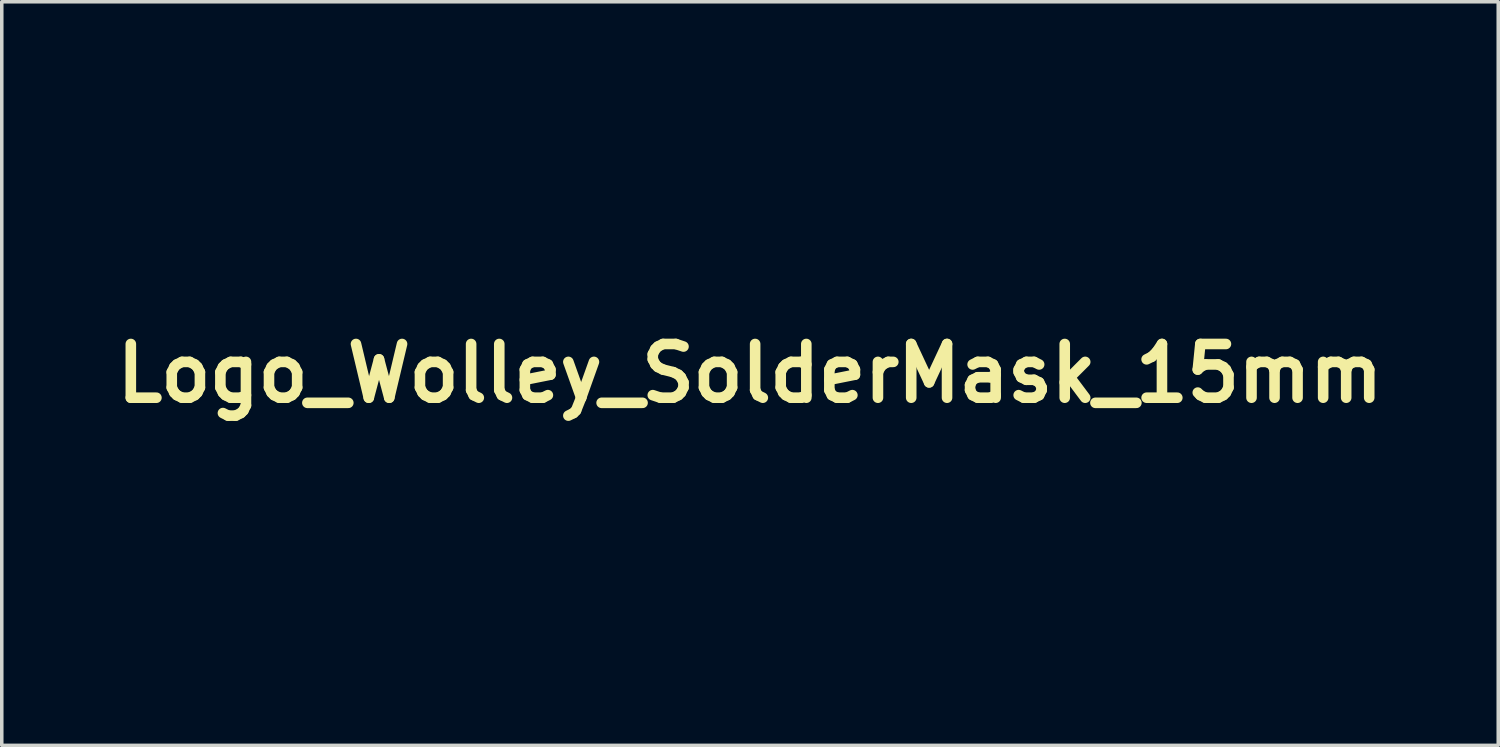
<source format=kicad_pcb>
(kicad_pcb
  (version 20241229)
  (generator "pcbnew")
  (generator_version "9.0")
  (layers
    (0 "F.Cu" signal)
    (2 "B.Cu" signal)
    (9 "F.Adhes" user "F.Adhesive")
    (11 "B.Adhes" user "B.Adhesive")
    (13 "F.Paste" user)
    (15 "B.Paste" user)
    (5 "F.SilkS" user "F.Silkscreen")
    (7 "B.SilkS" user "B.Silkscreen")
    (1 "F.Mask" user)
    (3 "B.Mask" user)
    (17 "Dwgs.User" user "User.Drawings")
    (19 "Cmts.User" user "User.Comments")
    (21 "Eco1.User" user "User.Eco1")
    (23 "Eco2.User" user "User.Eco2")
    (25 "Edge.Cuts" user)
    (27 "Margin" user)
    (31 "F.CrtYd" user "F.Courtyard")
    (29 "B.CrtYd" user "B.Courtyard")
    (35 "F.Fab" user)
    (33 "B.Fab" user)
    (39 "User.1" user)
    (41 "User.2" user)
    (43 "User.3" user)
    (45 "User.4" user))
  (footprint "Logo_Wolley_SolderMask_15mm"
    (layer "F.Cu")
    (at 18.223 7.541)
    (property "Reference" "Logo_Wolley_SolderMask_15mm" (at 0 0 0) (layer "F.SilkS") (effects (font (size 1.524 1.524) (thickness 0.3))))
    (attr through_hole)
    (fp_poly (pts (xy -14.376 -7.536) (xy -14.236 -7.531) (xy -14.104 -7.519) (xy -13.978 -7.499) (xy -13.853 -7.469) (xy -13.799 -7.453) (xy -13.671 -7.409) (xy -13.549 -7.356) (xy -13.434 -7.296) (xy -13.329 -7.228) (xy -13.233 -7.154) (xy -13.148 -7.074) (xy -13.076 -6.99) (xy -13.048 -6.951) (xy -13.026 -6.916) (xy -13.001 -6.871) (xy -12.976 -6.82) (xy -12.952 -6.768) (xy -12.931 -6.718) (xy -12.914 -6.674) (xy -12.907 -6.653) (xy -12.893 -6.596) (xy -12.884 -6.534) (xy -12.878 -6.465) (xy -12.875 -6.387) (xy -12.877 -6.298) (xy -12.877 -6.292) (xy -12.884 -6.129) (xy -12.894 -5.977) (xy -12.908 -5.834) (xy -12.925 -5.698) (xy -12.947 -5.564) (xy -12.974 -5.432) (xy -13.006 -5.297) (xy -13.044 -5.158) (xy -13.089 -5.011) (xy -13.124 -4.902) (xy -13.149 -4.829) (xy -13.175 -4.754) (xy -13.202 -4.677) (xy -13.231 -4.597) (xy -13.262 -4.514) (xy -13.295 -4.428) (xy -13.33 -4.337) (xy -13.368 -4.242) (xy -13.408 -4.143) (xy -13.451 -4.038) (xy -13.496 -3.927) (xy -13.545 -3.81) (xy -13.598 -3.687) (xy -13.653 -3.557) (xy -13.713 -3.419) (xy -13.776 -3.273) (xy -13.844 -3.12) (xy -13.915 -2.957) (xy -13.992 -2.785) (xy -14.072 -2.604) (xy -14.158 -2.412) (xy -14.248 -2.211) (xy -14.344 -1.998) (xy -14.445 -1.774) (xy -14.552 -1.538) (xy -14.664 -1.29) (xy -14.783 -1.029) (xy -14.808 -0.972) (xy -14.854 -0.872) (xy -14.901 -0.768) (xy -14.949 -0.663) (xy -14.997 -0.557) (xy -15.044 -0.453) (xy -15.089 -0.353) (xy -15.132 -0.258) (xy -15.172 -0.169) (xy -15.208 -0.09) (xy -15.239 -0.02) (xy -15.254 0.015) (xy -15.37 0.273) (xy -15.479 0.52) (xy -15.582 0.754) (xy -15.679 0.977) (xy -15.771 1.188) (xy -15.856 1.389) (xy -15.936 1.579) (xy -16.011 1.76) (xy -16.08 1.931) (xy -16.144 2.094) (xy -16.204 2.247) (xy -16.259 2.393) (xy -16.309 2.531) (xy -16.355 2.662) (xy -16.397 2.787) (xy -16.435 2.905) (xy -16.469 3.017) (xy -16.499 3.124) (xy -16.526 3.226) (xy -16.55 3.324) (xy -16.57 3.417) (xy -16.588 3.507) (xy -16.593 3.534) (xy -16.609 3.636) (xy -16.622 3.74) (xy -16.633 3.843) (xy -16.641 3.943) (xy -16.646 4.036) (xy -16.647 4.12) (xy -16.646 4.152) (xy -16.645 4.192) (xy -16.643 4.222) (xy -16.64 4.244) (xy -16.636 4.262) (xy -16.629 4.279) (xy -16.62 4.299) (xy -16.598 4.334) (xy -16.569 4.37) (xy -16.535 4.404) (xy -16.499 4.433) (xy -16.463 4.457) (xy -16.43 4.472) (xy -16.403 4.478) (xy -16.374 4.474) (xy -16.334 4.462) (xy -16.285 4.444) (xy -16.229 4.419) (xy -16.167 4.389) (xy -16.101 4.355) (xy -16.032 4.317) (xy -15.962 4.276) (xy -15.893 4.232) (xy -15.854 4.207) (xy -15.735 4.123) (xy -15.609 4.028) (xy -15.478 3.921) (xy -15.341 3.803) (xy -15.199 3.675) (xy -15.053 3.537) (xy -14.904 3.389) (xy -14.752 3.233) (xy -14.597 3.069) (xy -14.441 2.897) (xy -14.419 2.873) (xy -14.177 2.595) (xy -13.934 2.305) (xy -13.69 2.003) (xy -13.448 1.69) (xy -13.207 1.37) (xy -12.97 1.042) (xy -12.737 0.708) (xy -12.508 0.37) (xy -12.286 0.03) (xy -12.071 -0.312) (xy -11.864 -0.654) (xy -11.688 -0.958) (xy -11.563 -1.18) (xy -11.445 -1.395) (xy -11.334 -1.605) (xy -11.227 -1.816) (xy -11.122 -2.029) (xy -11.018 -2.25) (xy -10.94 -2.42) (xy -10.91 -2.484) (xy -10.878 -2.554) (xy -10.843 -2.626) (xy -10.808 -2.7) (xy -10.772 -2.772) (xy -10.737 -2.843) (xy -10.703 -2.909) (xy -10.672 -2.968) (xy -10.645 -3.02) (xy -10.623 -3.061) (xy -10.611 -3.082) (xy -10.589 -3.117) (xy -10.566 -3.148) (xy -10.546 -3.172) (xy -10.536 -3.182) (xy -10.482 -3.219) (xy -10.42 -3.245) (xy -10.351 -3.26) (xy -10.277 -3.265) (xy -10.198 -3.26) (xy -10.115 -3.245) (xy -10.03 -3.222) (xy -9.942 -3.19) (xy -9.854 -3.149) (xy -9.766 -3.102) (xy -9.679 -3.047) (xy -9.594 -2.985) (xy -9.512 -2.917) (xy -9.434 -2.844) (xy -9.36 -2.765) (xy -9.293 -2.681) (xy -9.232 -2.593) (xy -9.204 -2.546) (xy -9.156 -2.451) (xy -9.118 -2.352) (xy -9.089 -2.245) (xy -9.07 -2.141) (xy -9.067 -2.108) (xy -9.064 -2.063) (xy -9.062 -2.009) (xy -9.061 -1.948) (xy -9.061 -1.883) (xy -9.061 -1.817) (xy -9.062 -1.751) (xy -9.063 -1.688) (xy -9.066 -1.632) (xy -9.069 -1.584) (xy -9.07 -1.568) (xy -9.079 -1.482) (xy -9.088 -1.396) (xy -9.099 -1.308) (xy -9.112 -1.218) (xy -9.125 -1.125) (xy -9.141 -1.026) (xy -9.158 -0.921) (xy -9.178 -0.809) (xy -9.2 -0.688) (xy -9.224 -0.557) (xy -9.252 -0.416) (xy -9.282 -0.262) (xy -9.304 -0.152) (xy -9.35 0.079) (xy -9.392 0.298) (xy -9.432 0.503) (xy -9.468 0.697) (xy -9.5 0.879) (xy -9.53 1.05) (xy -9.557 1.211) (xy -9.581 1.362) (xy -9.602 1.504) (xy -9.621 1.638) (xy -9.636 1.765) (xy -9.65 1.884) (xy -9.661 1.998) (xy -9.67 2.105) (xy -9.676 2.207) (xy -9.68 2.305) (xy -9.683 2.4) (xy -9.683 2.464) (xy -9.682 2.584) (xy -9.677 2.692) (xy -9.668 2.79) (xy -9.655 2.878) (xy -9.638 2.958) (xy -9.616 3.033) (xy -9.59 3.103) (xy -9.562 3.162) (xy -9.525 3.228) (xy -9.483 3.287) (xy -9.437 3.339) (xy -9.389 3.382) (xy -9.342 3.412) (xy -9.338 3.414) (xy -9.271 3.439) (xy -9.198 3.45) (xy -9.12 3.45) (xy -9.035 3.437) (xy -8.946 3.411) (xy -8.852 3.374) (xy -8.753 3.326) (xy -8.65 3.265) (xy -8.542 3.194) (xy -8.431 3.111) (xy -8.317 3.018) (xy -8.199 2.914) (xy -8.079 2.8) (xy -7.956 2.676) (xy -7.831 2.542) (xy -7.703 2.399) (xy -7.574 2.245) (xy -7.444 2.083) (xy -7.312 1.912) (xy -7.18 1.732) (xy -7.169 1.716) (xy -6.965 1.423) (xy -6.767 1.116) (xy -6.574 0.799) (xy -6.387 0.471) (xy -6.208 0.136) (xy -6.037 -0.208) (xy -5.874 -0.557) (xy -5.72 -0.911) (xy -5.576 -1.268) (xy -5.519 -1.418) (xy -5.38 -1.811) (xy -5.254 -2.206) (xy -5.143 -2.602) (xy -5.045 -3.001) (xy -4.961 -3.403) (xy -4.891 -3.809) (xy -4.834 -4.22) (xy -4.791 -4.635) (xy -4.761 -5.044) (xy -4.754 -5.186) (xy -4.748 -5.341) (xy -4.744 -5.505) (xy -4.741 -5.676) (xy -4.739 -5.85) (xy -4.739 -5.918) (xy -4.738 -6.039) (xy -4.737 -6.145) (xy -4.735 -6.239) (xy -4.733 -6.321) (xy -4.729 -6.392) (xy -4.725 -6.452) (xy -4.719 -6.504) (xy -4.712 -6.546) (xy -4.704 -6.581) (xy -4.696 -6.609) (xy -4.688 -6.626) (xy -4.664 -6.66) (xy -4.629 -6.691) (xy -4.585 -6.719) (xy -4.537 -6.742) (xy -4.487 -6.756) (xy -4.486 -6.756) (xy -4.412 -6.764) (xy -4.33 -6.762) (xy -4.242 -6.75) (xy -4.148 -6.729) (xy -4.05 -6.7) (xy -3.95 -6.663) (xy -3.85 -6.619) (xy -3.75 -6.568) (xy -3.653 -6.512) (xy -3.56 -6.449) (xy -3.472 -6.382) (xy -3.458 -6.37) (xy -3.383 -6.301) (xy -3.316 -6.228) (xy -3.26 -6.153) (xy -3.214 -6.078) (xy -3.192 -6.031) (xy -3.179 -5.997) (xy -3.168 -5.962) (xy -3.159 -5.924) (xy -3.15 -5.881) (xy -3.144 -5.832) (xy -3.138 -5.777) (xy -3.133 -5.713) (xy -3.13 -5.639) (xy -3.127 -5.555) (xy -3.124 -5.458) (xy -3.123 -5.396) (xy -3.122 -5.143) (xy -3.125 -4.902) (xy -3.133 -4.671) (xy -3.147 -4.449) (xy -3.166 -4.233) (xy -3.191 -4.023) (xy -3.222 -3.816) (xy -3.258 -3.61) (xy -3.301 -3.405) (xy -3.339 -3.244) (xy -3.401 -3.007) (xy -3.474 -2.76) (xy -3.556 -2.505) (xy -3.648 -2.244) (xy -3.748 -1.978) (xy -3.857 -1.707) (xy -3.973 -1.433) (xy -4.097 -1.157) (xy -4.228 -0.88) (xy -4.365 -0.602) (xy -4.508 -0.326) (xy -4.636 -0.091) (xy -4.806 0.211) (xy -4.982 0.507) (xy -5.163 0.799) (xy -5.348 1.085) (xy -5.537 1.364) (xy -5.729 1.637) (xy -5.924 1.901) (xy -6.122 2.158) (xy -6.321 2.406) (xy -6.522 2.644) (xy -6.724 2.873) (xy -6.926 3.091) (xy -7.128 3.297) (xy -7.33 3.492) (xy -7.531 3.675) (xy -7.73 3.844) (xy -7.927 4) (xy -7.954 4.02) (xy -8.103 4.128) (xy -8.246 4.225) (xy -8.386 4.314) (xy -8.527 4.394) (xy -8.67 4.469) (xy -8.818 4.539) (xy -8.842 4.55) (xy -8.94 4.592) (xy -9.029 4.626) (xy -9.113 4.653) (xy -9.195 4.673) (xy -9.278 4.687) (xy -9.365 4.696) (xy -9.46 4.701) (xy -9.549 4.703) (xy -9.689 4.7) (xy -9.818 4.691) (xy -9.94 4.676) (xy -10.058 4.654) (xy -10.127 4.637) (xy -10.273 4.594) (xy -10.41 4.541) (xy -10.538 4.476) (xy -10.656 4.401) (xy -10.766 4.314) (xy -10.867 4.216) (xy -10.96 4.107) (xy -11.045 3.986) (xy -11.121 3.853) (xy -11.19 3.708) (xy -11.251 3.55) (xy -11.255 3.539) (xy -11.286 3.441) (xy -11.316 3.328) (xy -11.344 3.204) (xy -11.371 3.07) (xy -11.395 2.925) (xy -11.418 2.773) (xy -11.439 2.613) (xy -11.457 2.448) (xy -11.472 2.279) (xy -11.485 2.106) (xy -11.494 1.932) (xy -11.496 1.901) (xy -11.5 1.767) (xy -11.5 1.644) (xy -11.496 1.529) (xy -11.488 1.42) (xy -11.484 1.381) (xy -11.478 1.324) (xy -11.474 1.268) (xy -11.471 1.216) (xy -11.469 1.17) (xy -11.468 1.132) (xy -11.469 1.105) (xy -11.471 1.09) (xy -11.475 1.081) (xy -11.48 1.079) (xy -11.488 1.085) (xy -11.502 1.099) (xy -11.513 1.111) (xy -11.534 1.136) (xy -11.563 1.172) (xy -11.599 1.218) (xy -11.641 1.274) (xy -11.689 1.338) (xy -11.743 1.411) (xy -11.801 1.491) (xy -11.864 1.576) (xy -11.902 1.629) (xy -12.073 1.864) (xy -12.246 2.093) (xy -12.421 2.317) (xy -12.601 2.539) (xy -12.786 2.76) (xy -12.978 2.983) (xy -13.179 3.209) (xy -13.389 3.439) (xy -13.501 3.559) (xy -13.573 3.635) (xy -13.653 3.717) (xy -13.739 3.806) (xy -13.831 3.898) (xy -13.926 3.993) (xy -14.023 4.089) (xy -14.121 4.184) (xy -14.217 4.277) (xy -14.31 4.367) (xy -14.399 4.451) (xy -14.482 4.528) (xy -14.558 4.598) (xy -14.59 4.627) (xy -14.78 4.792) (xy -14.966 4.946) (xy -15.149 5.089) (xy -15.327 5.219) (xy -15.501 5.338) (xy -15.67 5.444) (xy -15.834 5.537) (xy -15.929 5.587) (xy -16.084 5.66) (xy -16.233 5.722) (xy -16.377 5.771) (xy -16.518 5.809) (xy -16.657 5.837) (xy -16.795 5.854) (xy -16.833 5.856) (xy -16.872 5.859) (xy -16.907 5.861) (xy -16.935 5.862) (xy -16.953 5.863) (xy -16.956 5.863) (xy -16.969 5.862) (xy -16.993 5.86) (xy -17.024 5.858) (xy -17.051 5.856) (xy -17.177 5.842) (xy -17.297 5.818) (xy -17.41 5.785) (xy -17.513 5.742) (xy -17.541 5.728) (xy -17.626 5.677) (xy -17.705 5.616) (xy -17.779 5.544) (xy -17.848 5.46) (xy -17.913 5.364) (xy -17.974 5.255) (xy -18.02 5.16) (xy -18.044 5.104) (xy -18.066 5.05) (xy -18.084 4.998) (xy -18.1 4.947) (xy -18.112 4.894) (xy -18.122 4.837) (xy -18.13 4.777) (xy -18.136 4.71) (xy -18.139 4.636) (xy -18.141 4.552) (xy -18.142 4.458) (xy -18.141 4.352) (xy -18.14 4.293) (xy -18.137 4.136) (xy -18.131 3.992) (xy -18.124 3.855) (xy -18.113 3.724) (xy -18.099 3.595) (xy -18.082 3.466) (xy -18.062 3.333) (xy -18.038 3.193) (xy -18.037 3.19) (xy -18.017 3.085) (xy -17.996 2.98) (xy -17.973 2.872) (xy -17.948 2.762) (xy -17.921 2.648) (xy -17.892 2.531) (xy -17.86 2.41) (xy -17.826 2.284) (xy -17.789 2.153) (xy -17.749 2.017) (xy -17.706 1.874) (xy -17.66 1.724) (xy -17.61 1.568) (xy -17.557 1.403) (xy -17.501 1.231) (xy -17.44 1.049) (xy -17.376 0.858) (xy -17.307 0.658) (xy -17.234 0.447) (xy -17.156 0.226) (xy -17.074 -0.007) (xy -16.987 -0.252) (xy -16.895 -0.509) (xy -16.798 -0.779) (xy -16.773 -0.849) (xy -16.616 -1.283) (xy -16.466 -1.705) (xy -16.322 -2.113) (xy -16.183 -2.51) (xy -16.05 -2.894) (xy -15.923 -3.267) (xy -15.8 -3.628) (xy -15.684 -3.979) (xy -15.572 -4.318) (xy -15.466 -4.647) (xy -15.396 -4.867) (xy -15.333 -5.065) (xy -15.275 -5.251) (xy -15.222 -5.425) (xy -15.173 -5.589) (xy -15.127 -5.743) (xy -15.085 -5.89) (xy -15.045 -6.031) (xy -15.009 -6.165) (xy -14.974 -6.295) (xy -14.942 -6.422) (xy -14.912 -6.547) (xy -14.888 -6.648) (xy -14.862 -6.756) (xy -14.836 -6.861) (xy -14.809 -6.96) (xy -14.783 -7.054) (xy -14.758 -7.14) (xy -14.734 -7.217) (xy -14.712 -7.283) (xy -14.691 -7.338) (xy -14.674 -7.377) (xy -14.642 -7.434) (xy -14.607 -7.478) (xy -14.568 -7.509) (xy -14.549 -7.519) (xy -14.535 -7.525) (xy -14.521 -7.53) (xy -14.505 -7.533) (xy -14.486 -7.535) (xy -14.459 -7.536) (xy -14.422 -7.536) (xy -14.376 -7.536)) (stroke (width 0.01) (type solid)) (fill yes) (layer "F.Mask"))
    (fp_poly (pts (xy 6.303 -7.074) (xy 6.357 -7.069) (xy 6.381 -7.065) (xy 6.481 -7.04) (xy 6.572 -7.003) (xy 6.655 -6.955) (xy 6.728 -6.896) (xy 6.793 -6.826) (xy 6.849 -6.746) (xy 6.895 -6.656) (xy 6.933 -6.556) (xy 6.96 -6.447) (xy 6.978 -6.329) (xy 6.986 -6.202) (xy 6.984 -6.066) (xy 6.972 -5.922) (xy 6.963 -5.851) (xy 6.942 -5.732) (xy 6.913 -5.604) (xy 6.876 -5.467) (xy 6.832 -5.323) (xy 6.782 -5.175) (xy 6.725 -5.023) (xy 6.713 -4.993) (xy 6.622 -4.776) (xy 6.52 -4.553) (xy 6.407 -4.324) (xy 6.284 -4.091) (xy 6.153 -3.853) (xy 6.012 -3.613) (xy 5.864 -3.372) (xy 5.709 -3.13) (xy 5.548 -2.889) (xy 5.381 -2.649) (xy 5.21 -2.413) (xy 5.035 -2.18) (xy 4.856 -1.952) (xy 4.674 -1.731) (xy 4.491 -1.516) (xy 4.307 -1.31) (xy 4.123 -1.113) (xy 3.984 -0.972) (xy 3.867 -0.857) (xy 3.756 -0.752) (xy 3.649 -0.654) (xy 3.542 -0.562) (xy 3.434 -0.473) (xy 3.322 -0.385) (xy 3.204 -0.297) (xy 3.077 -0.206) (xy 3 -0.15) (xy 2.935 -0.097) (xy 2.879 -0.044) (xy 2.831 0.009) (xy 2.789 0.066) (xy 2.751 0.129) (xy 2.716 0.2) (xy 2.682 0.282) (xy 2.664 0.329) (xy 2.566 0.608) (xy 2.482 0.885) (xy 2.41 1.161) (xy 2.352 1.438) (xy 2.306 1.717) (xy 2.272 1.999) (xy 2.256 2.188) (xy 2.253 2.235) (xy 2.251 2.291) (xy 2.249 2.353) (xy 2.248 2.421) (xy 2.247 2.491) (xy 2.247 2.563) (xy 2.247 2.632) (xy 2.247 2.699) (xy 2.248 2.76) (xy 2.25 2.814) (xy 2.252 2.858) (xy 2.254 2.89) (xy 2.255 2.899) (xy 2.265 2.956) (xy 2.277 3.01) (xy 2.291 3.057) (xy 2.305 3.094) (xy 2.308 3.1) (xy 2.331 3.134) (xy 2.361 3.169) (xy 2.394 3.199) (xy 2.413 3.212) (xy 2.447 3.227) (xy 2.491 3.241) (xy 2.541 3.252) (xy 2.594 3.26) (xy 2.614 3.262) (xy 2.694 3.262) (xy 2.781 3.25) (xy 2.876 3.226) (xy 2.978 3.19) (xy 3.087 3.142) (xy 3.202 3.083) (xy 3.323 3.013) (xy 3.451 2.931) (xy 3.558 2.857) (xy 3.633 2.802) (xy 3.712 2.743) (xy 3.793 2.68) (xy 3.877 2.614) (xy 3.96 2.546) (xy 4.043 2.477) (xy 4.125 2.408) (xy 4.203 2.34) (xy 4.278 2.274) (xy 4.348 2.211) (xy 4.411 2.152) (xy 4.468 2.097) (xy 4.517 2.048) (xy 4.556 2.005) (xy 4.585 1.97) (xy 4.591 1.963) (xy 4.611 1.933) (xy 4.628 1.905) (xy 4.643 1.876) (xy 4.656 1.845) (xy 4.669 1.81) (xy 4.68 1.769) (xy 4.691 1.721) (xy 4.702 1.665) (xy 4.714 1.597) (xy 4.727 1.518) (xy 4.732 1.484) (xy 4.779 1.215) (xy 4.836 0.938) (xy 4.903 0.652) (xy 4.981 0.358) (xy 5.068 0.059) (xy 5.164 -0.247) (xy 5.269 -0.558) (xy 5.383 -0.873) (xy 5.505 -1.192) (xy 5.553 -1.309) (xy 7.063 -1.309) (xy 7.066 -1.291) (xy 7.077 -1.285) (xy 7.096 -1.291) (xy 7.105 -1.297) (xy 7.138 -1.323) (xy 7.179 -1.36) (xy 7.228 -1.408) (xy 7.283 -1.468) (xy 7.345 -1.537) (xy 7.414 -1.617) (xy 7.489 -1.705) (xy 7.569 -1.804) (xy 7.655 -1.91) (xy 7.746 -2.025) (xy 7.842 -2.148) (xy 7.942 -2.279) (xy 8.046 -2.416) (xy 8.082 -2.464) (xy 8.2 -2.624) (xy 8.319 -2.788) (xy 8.437 -2.956) (xy 8.554 -3.126) (xy 8.671 -3.298) (xy 8.785 -3.471) (xy 8.898 -3.644) (xy 9.007 -3.817) (xy 9.115 -3.99) (xy 9.218 -4.16) (xy 9.318 -4.328) (xy 9.414 -4.493) (xy 9.506 -4.654) (xy 9.592 -4.81) (xy 9.673 -4.962) (xy 9.749 -5.107) (xy 9.818 -5.246) (xy 9.881 -5.377) (xy 9.936 -5.501) (xy 9.985 -5.615) (xy 10.025 -5.72) (xy 10.057 -5.815) (xy 10.077 -5.883) (xy 10.086 -5.924) (xy 10.092 -5.965) (xy 10.094 -6.001) (xy 10.094 -6.032) (xy 10.09 -6.052) (xy 10.086 -6.058) (xy 10.068 -6.067) (xy 10.044 -6.065) (xy 10.013 -6.05) (xy 9.976 -6.024) (xy 9.931 -5.986) (xy 9.879 -5.936) (xy 9.844 -5.9) (xy 9.784 -5.834) (xy 9.718 -5.755) (xy 9.645 -5.666) (xy 9.567 -5.566) (xy 9.485 -5.456) (xy 9.398 -5.337) (xy 9.307 -5.209) (xy 9.212 -5.074) (xy 9.115 -4.932) (xy 9.015 -4.784) (xy 8.914 -4.631) (xy 8.811 -4.472) (xy 8.707 -4.31) (xy 8.602 -4.145) (xy 8.498 -3.978) (xy 8.394 -3.808) (xy 8.292 -3.638) (xy 8.191 -3.468) (xy 8.091 -3.298) (xy 8.036 -3.2) (xy 7.964 -3.074) (xy 7.892 -2.946) (xy 7.82 -2.817) (xy 7.749 -2.688) (xy 7.679 -2.561) (xy 7.612 -2.435) (xy 7.546 -2.312) (xy 7.482 -2.192) (xy 7.422 -2.077) (xy 7.364 -1.966) (xy 7.311 -1.862) (xy 7.261 -1.763) (xy 7.216 -1.672) (xy 7.176 -1.59) (xy 7.142 -1.516) (xy 7.113 -1.452) (xy 7.09 -1.398) (xy 7.074 -1.356) (xy 7.068 -1.338) (xy 7.063 -1.309) (xy 5.553 -1.309) (xy 5.636 -1.513) (xy 5.774 -1.836) (xy 5.92 -2.161) (xy 6.074 -2.486) (xy 6.234 -2.81) (xy 6.401 -3.134) (xy 6.574 -3.455) (xy 6.646 -3.584) (xy 6.813 -3.878) (xy 6.979 -4.159) (xy 7.144 -4.429) (xy 7.308 -4.686) (xy 7.471 -4.931) (xy 7.632 -5.163) (xy 7.791 -5.382) (xy 7.948 -5.589) (xy 8.104 -5.782) (xy 8.257 -5.962) (xy 8.409 -6.128) (xy 8.558 -6.281) (xy 8.704 -6.42) (xy 8.848 -6.545) (xy 8.894 -6.582) (xy 9.035 -6.689) (xy 9.174 -6.783) (xy 9.309 -6.862) (xy 9.442 -6.928) (xy 9.571 -6.979) (xy 9.696 -7.017) (xy 9.808 -7.04) (xy 9.92 -7.056) (xy 10.028 -7.063) (xy 10.132 -7.063) (xy 10.231 -7.055) (xy 10.322 -7.039) (xy 10.406 -7.015) (xy 10.479 -6.984) (xy 10.541 -6.946) (xy 10.542 -6.945) (xy 10.615 -6.881) (xy 10.678 -6.806) (xy 10.731 -6.722) (xy 10.774 -6.627) (xy 10.808 -6.523) (xy 10.83 -6.41) (xy 10.835 -6.372) (xy 10.839 -6.325) (xy 10.841 -6.267) (xy 10.841 -6.201) (xy 10.84 -6.131) (xy 10.837 -6.061) (xy 10.833 -5.994) (xy 10.827 -5.934) (xy 10.822 -5.889) (xy 10.805 -5.788) (xy 10.786 -5.691) (xy 10.763 -5.595) (xy 10.738 -5.496) (xy 10.707 -5.392) (xy 10.671 -5.279) (xy 10.657 -5.236) (xy 10.583 -5.027) (xy 10.496 -4.81) (xy 10.398 -4.586) (xy 10.288 -4.355) (xy 10.166 -4.117) (xy 10.033 -3.873) (xy 9.888 -3.624) (xy 9.744 -3.385) (xy 9.679 -3.283) (xy 9.609 -3.175) (xy 9.535 -3.062) (xy 9.457 -2.946) (xy 9.378 -2.83) (xy 9.297 -2.714) (xy 9.218 -2.6) (xy 9.139 -2.49) (xy 9.064 -2.387) (xy 8.992 -2.29) (xy 8.926 -2.203) (xy 8.866 -2.126) (xy 8.735 -1.967) (xy 8.601 -1.808) (xy 8.463 -1.65) (xy 8.318 -1.49) (xy 8.165 -1.327) (xy 8.002 -1.158) (xy 7.889 -1.043) (xy 7.772 -0.925) (xy 7.664 -0.819) (xy 7.563 -0.722) (xy 7.468 -0.633) (xy 7.38 -0.553) (xy 7.296 -0.48) (xy 7.217 -0.414) (xy 7.141 -0.353) (xy 7.067 -0.297) (xy 6.995 -0.246) (xy 6.974 -0.232) (xy 6.903 -0.182) (xy 6.84 -0.131) (xy 6.784 -0.079) (xy 6.732 -0.024) (xy 6.685 0.035) (xy 6.642 0.1) (xy 6.601 0.173) (xy 6.561 0.255) (xy 6.523 0.346) (xy 6.484 0.449) (xy 6.444 0.565) (xy 6.443 0.569) (xy 6.42 0.64) (xy 6.395 0.721) (xy 6.369 0.809) (xy 6.342 0.9) (xy 6.317 0.99) (xy 6.293 1.077) (xy 6.272 1.155) (xy 6.259 1.21) (xy 6.23 1.337) (xy 6.203 1.469) (xy 6.179 1.605) (xy 6.158 1.743) (xy 6.14 1.883) (xy 6.124 2.022) (xy 6.111 2.16) (xy 6.101 2.294) (xy 6.095 2.423) (xy 6.091 2.546) (xy 6.092 2.661) (xy 6.095 2.768) (xy 6.103 2.863) (xy 6.114 2.947) (xy 6.118 2.972) (xy 6.136 3.04) (xy 6.16 3.097) (xy 6.192 3.146) (xy 6.216 3.173) (xy 6.268 3.216) (xy 6.328 3.246) (xy 6.396 3.264) (xy 6.472 3.271) (xy 6.556 3.266) (xy 6.648 3.249) (xy 6.747 3.22) (xy 6.853 3.179) (xy 6.967 3.127) (xy 7.088 3.063) (xy 7.208 2.992) (xy 7.283 2.944) (xy 7.358 2.895) (xy 7.434 2.842) (xy 7.514 2.784) (xy 7.599 2.72) (xy 7.69 2.649) (xy 7.788 2.571) (xy 7.871 2.504) (xy 7.962 2.429) (xy 8.043 2.361) (xy 8.113 2.299) (xy 8.175 2.242) (xy 8.227 2.19) (xy 8.272 2.14) (xy 8.31 2.092) (xy 8.342 2.044) (xy 8.369 1.996) (xy 8.391 1.946) (xy 8.41 1.893) (xy 8.426 1.836) (xy 8.439 1.773) (xy 8.452 1.705) (xy 8.458 1.666) (xy 8.478 1.545) (xy 8.499 1.435) (xy 8.523 1.332) (xy 8.531 1.3) (xy 9.769 1.3) (xy 9.776 1.309) (xy 9.79 1.31) (xy 9.812 1.305) (xy 9.845 1.293) (xy 9.888 1.273) (xy 9.917 1.26) (xy 9.966 1.235) (xy 10.024 1.205) (xy 10.088 1.169) (xy 10.155 1.132) (xy 10.222 1.093) (xy 10.286 1.055) (xy 10.344 1.02) (xy 10.352 1.015) (xy 10.464 0.94) (xy 10.574 0.86) (xy 10.681 0.775) (xy 10.784 0.687) (xy 10.882 0.597) (xy 10.974 0.505) (xy 11.06 0.412) (xy 11.138 0.32) (xy 11.208 0.229) (xy 11.268 0.14) (xy 11.318 0.055) (xy 11.357 -0.026) (xy 11.383 -0.102) (xy 11.387 -0.116) (xy 11.398 -0.178) (xy 11.397 -0.232) (xy 11.385 -0.277) (xy 11.361 -0.314) (xy 11.326 -0.342) (xy 11.28 -0.36) (xy 11.228 -0.368) (xy 11.165 -0.366) (xy 11.096 -0.351) (xy 11.024 -0.325) (xy 10.947 -0.287) (xy 10.867 -0.238) (xy 10.785 -0.179) (xy 10.701 -0.112) (xy 10.616 -0.035) (xy 10.531 0.049) (xy 10.446 0.14) (xy 10.362 0.238) (xy 10.28 0.342) (xy 10.2 0.451) (xy 10.123 0.564) (xy 10.05 0.681) (xy 9.981 0.801) (xy 9.918 0.924) (xy 9.914 0.933) (xy 9.888 0.987) (xy 9.862 1.043) (xy 9.838 1.1) (xy 9.815 1.153) (xy 9.796 1.201) (xy 9.782 1.24) (xy 9.775 1.26) (xy 9.77 1.284) (xy 9.769 1.3) (xy 8.531 1.3) (xy 8.549 1.232) (xy 8.58 1.132) (xy 8.601 1.067) (xy 8.67 0.884) (xy 8.749 0.704) (xy 8.839 0.528) (xy 8.941 0.354) (xy 9.055 0.182) (xy 9.181 0.011) (xy 9.321 -0.161) (xy 9.475 -0.334) (xy 9.484 -0.344) (xy 9.626 -0.49) (xy 9.772 -0.623) (xy 9.92 -0.745) (xy 10.071 -0.853) (xy 10.223 -0.95) (xy 10.376 -1.033) (xy 10.53 -1.103) (xy 10.685 -1.159) (xy 10.84 -1.202) (xy 10.994 -1.23) (xy 11.147 -1.245) (xy 11.173 -1.246) (xy 11.295 -1.246) (xy 11.409 -1.239) (xy 11.516 -1.222) (xy 11.619 -1.196) (xy 11.723 -1.159) (xy 11.829 -1.112) (xy 11.84 -1.107) (xy 11.939 -1.053) (xy 12.024 -0.995) (xy 12.097 -0.932) (xy 12.158 -0.862) (xy 12.208 -0.786) (xy 12.246 -0.703) (xy 12.274 -0.611) (xy 12.292 -0.51) (xy 12.299 -0.399) (xy 12.298 -0.298) (xy 12.292 -0.194) (xy 12.282 -0.101) (xy 12.267 -0.019) (xy 12.253 0.035) (xy 12.228 0.107) (xy 12.191 0.187) (xy 12.144 0.273) (xy 12.086 0.366) (xy 12.018 0.464) (xy 12.002 0.485) (xy 11.909 0.603) (xy 11.804 0.722) (xy 11.687 0.842) (xy 11.56 0.961) (xy 11.425 1.079) (xy 11.283 1.194) (xy 11.135 1.305) (xy 10.983 1.411) (xy 10.828 1.511) (xy 10.671 1.603) (xy 10.544 1.672) (xy 10.41 1.738) (xy 10.284 1.794) (xy 10.164 1.839) (xy 10.049 1.876) (xy 9.936 1.903) (xy 9.909 1.909) (xy 9.844 1.922) (xy 9.792 1.934) (xy 9.751 1.945) (xy 9.72 1.957) (xy 9.696 1.969) (xy 9.679 1.983) (xy 9.666 1.999) (xy 9.659 2.011) (xy 9.649 2.038) (xy 9.645 2.071) (xy 9.647 2.112) (xy 9.655 2.163) (xy 9.664 2.205) (xy 9.698 2.334) (xy 9.739 2.451) (xy 9.789 2.555) (xy 9.846 2.648) (xy 9.91 2.728) (xy 9.911 2.729) (xy 9.987 2.801) (xy 10.072 2.861) (xy 10.164 2.909) (xy 10.265 2.946) (xy 10.374 2.971) (xy 10.49 2.985) (xy 10.614 2.986) (xy 10.744 2.977) (xy 10.881 2.955) (xy 11.025 2.922) (xy 11.176 2.877) (xy 11.332 2.82) (xy 11.336 2.818) (xy 11.4 2.792) (xy 11.469 2.761) (xy 11.542 2.728) (xy 11.614 2.694) (xy 11.682 2.659) (xy 11.744 2.627) (xy 11.796 2.598) (xy 11.807 2.591) (xy 11.899 2.534) (xy 11.99 2.473) (xy 12.081 2.41) (xy 12.171 2.344) (xy 12.258 2.276) (xy 12.341 2.209) (xy 12.421 2.141) (xy 12.495 2.075) (xy 12.564 2.01) (xy 12.625 1.948) (xy 12.678 1.89) (xy 12.723 1.836) (xy 12.758 1.787) (xy 12.782 1.745) (xy 12.794 1.712) (xy 12.807 1.658) (xy 12.823 1.601) (xy 12.84 1.539) (xy 12.86 1.472) (xy 12.882 1.4) (xy 12.908 1.32) (xy 12.936 1.232) (xy 12.969 1.136) (xy 13.005 1.03) (xy 13.046 0.913) (xy 13.091 0.784) (xy 13.141 0.643) (xy 13.146 0.628) (xy 13.226 0.401) (xy 13.3 0.187) (xy 13.37 -0.017) (xy 13.434 -0.211) (xy 13.494 -0.397) (xy 13.549 -0.576) (xy 13.602 -0.748) (xy 13.65 -0.916) (xy 13.696 -1.08) (xy 13.739 -1.241) (xy 13.748 -1.275) (xy 13.776 -1.379) (xy 13.802 -1.476) (xy 13.828 -1.567) (xy 13.852 -1.65) (xy 13.874 -1.724) (xy 13.895 -1.788) (xy 13.913 -1.842) (xy 13.929 -1.884) (xy 13.943 -1.915) (xy 13.953 -1.932) (xy 13.953 -1.932) (xy 13.982 -1.953) (xy 14.019 -1.964) (xy 14.065 -1.966) (xy 14.119 -1.957) (xy 14.178 -1.939) (xy 14.244 -1.912) (xy 14.313 -1.875) (xy 14.337 -1.861) (xy 14.401 -1.82) (xy 14.464 -1.775) (xy 14.529 -1.724) (xy 14.599 -1.664) (xy 14.643 -1.625) (xy 14.71 -1.562) (xy 14.765 -1.504) (xy 14.809 -1.448) (xy 14.845 -1.393) (xy 14.873 -1.335) (xy 14.894 -1.273) (xy 14.911 -1.204) (xy 14.922 -1.125) (xy 14.929 -1.067) (xy 14.934 -0.974) (xy 14.933 -0.88) (xy 14.924 -0.783) (xy 14.908 -0.682) (xy 14.885 -0.575) (xy 14.854 -0.459) (xy 14.816 -0.337) (xy 14.797 -0.282) (xy 14.777 -0.226) (xy 14.757 -0.169) (xy 14.734 -0.108) (xy 14.709 -0.043) (xy 14.682 0.027) (xy 14.651 0.103) (xy 14.617 0.187) (xy 14.579 0.278) (xy 14.537 0.379) (xy 14.491 0.49) (xy 14.439 0.612) (xy 14.387 0.733) (xy 14.33 0.867) (xy 14.279 0.989) (xy 14.233 1.099) (xy 14.193 1.197) (xy 14.158 1.285) (xy 14.127 1.363) (xy 14.102 1.431) (xy 14.081 1.491) (xy 14.064 1.542) (xy 14.051 1.586) (xy 14.043 1.623) (xy 14.037 1.654) (xy 14.036 1.68) (xy 14.037 1.7) (xy 14.042 1.716) (xy 14.049 1.728) (xy 14.066 1.741) (xy 14.09 1.745) (xy 14.121 1.74) (xy 14.16 1.725) (xy 14.206 1.7) (xy 14.262 1.665) (xy 14.312 1.631) (xy 14.392 1.572) (xy 14.481 1.504) (xy 14.578 1.426) (xy 14.681 1.34) (xy 14.791 1.245) (xy 14.906 1.144) (xy 15.025 1.037) (xy 15.148 0.925) (xy 15.274 0.808) (xy 15.401 0.687) (xy 15.53 0.563) (xy 15.659 0.438) (xy 15.787 0.31) (xy 15.914 0.183) (xy 16.039 0.056) (xy 16.161 -0.07) (xy 16.278 -0.194) (xy 16.391 -0.316) (xy 16.498 -0.434) (xy 16.598 -0.547) (xy 16.634 -0.588) (xy 16.665 -0.624) (xy 16.703 -0.669) (xy 16.745 -0.72) (xy 16.79 -0.773) (xy 16.834 -0.826) (xy 16.874 -0.875) (xy 16.944 -0.959) (xy 17.009 -1.037) (xy 17.07 -1.108) (xy 17.126 -1.172) (xy 17.176 -1.228) (xy 17.22 -1.275) (xy 17.257 -1.313) (xy 17.286 -1.341) (xy 17.308 -1.359) (xy 17.31 -1.36) (xy 17.322 -1.367) (xy 17.332 -1.369) (xy 17.345 -1.365) (xy 17.367 -1.356) (xy 17.368 -1.355) (xy 17.406 -1.334) (xy 17.453 -1.301) (xy 17.506 -1.258) (xy 17.566 -1.205) (xy 17.631 -1.143) (xy 17.664 -1.111) (xy 17.735 -1.038) (xy 17.796 -0.969) (xy 17.847 -0.906) (xy 17.887 -0.85) (xy 17.915 -0.801) (xy 17.917 -0.796) (xy 17.947 -0.72) (xy 17.969 -0.633) (xy 17.983 -0.539) (xy 17.989 -0.439) (xy 17.988 -0.336) (xy 17.979 -0.231) (xy 17.962 -0.127) (xy 17.938 -0.026) (xy 17.906 0.07) (xy 17.903 0.077) (xy 17.882 0.127) (xy 17.853 0.189) (xy 17.815 0.262) (xy 17.77 0.347) (xy 17.717 0.443) (xy 17.657 0.55) (xy 17.59 0.668) (xy 17.515 0.797) (xy 17.433 0.935) (xy 17.397 0.996) (xy 17.319 1.127) (xy 17.235 1.271) (xy 17.146 1.426) (xy 17.051 1.591) (xy 16.953 1.766) (xy 16.85 1.95) (xy 16.744 2.142) (xy 16.635 2.34) (xy 16.524 2.545) (xy 16.41 2.754) (xy 16.333 2.899) (xy 16.3 2.96) (xy 16.266 3.024) (xy 16.232 3.09) (xy 16.197 3.156) (xy 16.164 3.222) (xy 16.132 3.285) (xy 16.102 3.344) (xy 16.074 3.398) (xy 16.05 3.447) (xy 16.03 3.488) (xy 16.015 3.519) (xy 16.006 3.541) (xy 16.002 3.552) (xy 16.002 3.552) (xy 16.006 3.556) (xy 16.02 3.563) (xy 16.043 3.57) (xy 16.077 3.58) (xy 16.123 3.591) (xy 16.18 3.604) (xy 16.249 3.62) (xy 16.332 3.638) (xy 16.372 3.647) (xy 16.425 3.658) (xy 16.481 3.671) (xy 16.534 3.684) (xy 16.582 3.695) (xy 16.619 3.705) (xy 16.622 3.706) (xy 16.767 3.749) (xy 16.913 3.799) (xy 17.057 3.856) (xy 17.2 3.918) (xy 17.338 3.985) (xy 17.471 4.056) (xy 17.596 4.13) (xy 17.713 4.206) (xy 17.82 4.284) (xy 17.915 4.362) (xy 17.98 4.423) (xy 18.039 4.486) (xy 18.085 4.545) (xy 18.117 4.599) (xy 18.136 4.649) (xy 18.141 4.695) (xy 18.134 4.738) (xy 18.129 4.751) (xy 18.106 4.786) (xy 18.074 4.81) (xy 18.033 4.823) (xy 17.986 4.825) (xy 17.934 4.815) (xy 17.92 4.811) (xy 17.9 4.804) (xy 17.869 4.791) (xy 17.83 4.774) (xy 17.785 4.754) (xy 17.736 4.732) (xy 17.697 4.713) (xy 17.548 4.647) (xy 17.406 4.59) (xy 17.268 4.541) (xy 17.129 4.5) (xy 16.987 4.466) (xy 16.839 4.437) (xy 16.681 4.413) (xy 16.61 4.404) (xy 16.538 4.397) (xy 16.457 4.392) (xy 16.368 4.388) (xy 16.276 4.386) (xy 16.181 4.385) (xy 16.087 4.386) (xy 15.996 4.388) (xy 15.911 4.392) (xy 15.833 4.397) (xy 15.766 4.404) (xy 15.728 4.409) (xy 15.662 4.422) (xy 15.602 4.441) (xy 15.546 4.465) (xy 15.492 4.498) (xy 15.436 4.539) (xy 15.379 4.591) (xy 15.327 4.642) (xy 15.301 4.669) (xy 15.275 4.697) (xy 15.248 4.727) (xy 15.22 4.761) (xy 15.188 4.799) (xy 15.153 4.842) (xy 15.113 4.891) (xy 15.069 4.947) (xy 15.018 5.012) (xy 14.961 5.085) (xy 14.897 5.169) (xy 14.859 5.218) (xy 14.801 5.293) (xy 14.75 5.359) (xy 14.706 5.416) (xy 14.667 5.466) (xy 14.632 5.51) (xy 14.601 5.551) (xy 14.57 5.588) (xy 14.541 5.625) (xy 14.51 5.662) (xy 14.478 5.7) (xy 14.443 5.742) (xy 14.426 5.762) (xy 14.298 5.913) (xy 14.167 6.06) (xy 14.035 6.204) (xy 13.902 6.344) (xy 13.77 6.479) (xy 13.639 6.607) (xy 13.51 6.729) (xy 13.384 6.843) (xy 13.262 6.949) (xy 13.144 7.045) (xy 13.032 7.131) (xy 12.926 7.207) (xy 12.86 7.25) (xy 12.744 7.318) (xy 12.619 7.379) (xy 12.488 7.433) (xy 12.356 7.477) (xy 12.226 7.512) (xy 12.156 7.526) (xy 12.104 7.533) (xy 12.044 7.538) (xy 11.978 7.542) (xy 11.912 7.545) (xy 11.848 7.545) (xy 11.792 7.543) (xy 11.753 7.539) (xy 11.628 7.518) (xy 11.501 7.483) (xy 11.376 7.437) (xy 11.285 7.395) (xy 11.16 7.325) (xy 11.044 7.247) (xy 10.938 7.162) (xy 10.842 7.071) (xy 10.757 6.974) (xy 10.684 6.873) (xy 10.623 6.768) (xy 10.576 6.659) (xy 10.567 6.634) (xy 10.541 6.536) (xy 10.539 6.52) (xy 11.459 6.52) (xy 11.465 6.543) (xy 11.485 6.56) (xy 11.516 6.57) (xy 11.559 6.574) (xy 11.613 6.571) (xy 11.659 6.564) (xy 11.715 6.552) (xy 11.779 6.535) (xy 11.848 6.513) (xy 11.917 6.488) (xy 11.982 6.462) (xy 11.994 6.457) (xy 12.078 6.416) (xy 12.17 6.364) (xy 12.27 6.303) (xy 12.376 6.233) (xy 12.488 6.154) (xy 12.604 6.068) (xy 12.724 5.975) (xy 12.848 5.875) (xy 12.973 5.77) (xy 13.099 5.66) (xy 13.225 5.546) (xy 13.35 5.428) (xy 13.356 5.422) (xy 13.46 5.321) (xy 13.554 5.226) (xy 13.64 5.135) (xy 13.716 5.05) (xy 13.782 4.971) (xy 13.839 4.899) (xy 13.885 4.833) (xy 13.921 4.775) (xy 13.946 4.724) (xy 13.96 4.682) (xy 13.963 4.656) (xy 13.959 4.623) (xy 13.949 4.599) (xy 13.932 4.588) (xy 13.924 4.587) (xy 13.905 4.59) (xy 13.875 4.598) (xy 13.837 4.611) (xy 13.793 4.628) (xy 13.745 4.648) (xy 13.738 4.652) (xy 13.666 4.685) (xy 13.583 4.727) (xy 13.493 4.777) (xy 13.395 4.832) (xy 13.291 4.893) (xy 13.183 4.959) (xy 13.073 5.028) (xy 12.96 5.1) (xy 12.848 5.174) (xy 12.736 5.248) (xy 12.628 5.323) (xy 12.523 5.396) (xy 12.424 5.468) (xy 12.332 5.537) (xy 12.248 5.603) (xy 12.173 5.663) (xy 12.157 5.678) (xy 12.096 5.731) (xy 12.034 5.79) (xy 11.971 5.852) (xy 11.908 5.917) (xy 11.846 5.984) (xy 11.785 6.052) (xy 11.727 6.119) (xy 11.673 6.185) (xy 11.622 6.248) (xy 11.577 6.308) (xy 11.538 6.364) (xy 11.506 6.413) (xy 11.481 6.456) (xy 11.465 6.492) (xy 11.459 6.518) (xy 11.459 6.52) (xy 10.539 6.52) (xy 10.526 6.435) (xy 10.523 6.333) (xy 10.531 6.234) (xy 10.534 6.218) (xy 10.558 6.116) (xy 10.596 6.01) (xy 10.646 5.901) (xy 10.709 5.789) (xy 10.785 5.676) (xy 10.872 5.561) (xy 10.97 5.445) (xy 11.079 5.329) (xy 11.198 5.214) (xy 11.327 5.099) (xy 11.465 4.986) (xy 11.484 4.971) (xy 11.706 4.807) (xy 11.94 4.649) (xy 12.186 4.497) (xy 12.444 4.352) (xy 12.713 4.214) (xy 12.992 4.083) (xy 13.282 3.959) (xy 13.58 3.843) (xy 13.887 3.736) (xy 14.046 3.684) (xy 14.099 3.667) (xy 14.152 3.65) (xy 14.201 3.634) (xy 14.245 3.62) (xy 14.279 3.609) (xy 14.293 3.604) (xy 14.391 3.569) (xy 14.484 3.532) (xy 14.568 3.495) (xy 14.645 3.457) (xy 14.711 3.42) (xy 14.766 3.384) (xy 14.81 3.349) (xy 14.836 3.322) (xy 14.855 3.296) (xy 14.881 3.258) (xy 14.912 3.209) (xy 14.949 3.149) (xy 14.99 3.081) (xy 15.036 3.004) (xy 15.085 2.92) (xy 15.138 2.829) (xy 15.193 2.733) (xy 15.25 2.632) (xy 15.309 2.528) (xy 15.369 2.42) (xy 15.43 2.311) (xy 15.491 2.2) (xy 15.551 2.09) (xy 15.61 1.98) (xy 15.668 1.872) (xy 15.724 1.767) (xy 15.778 1.665) (xy 15.829 1.568) (xy 15.876 1.476) (xy 15.911 1.408) (xy 15.946 1.337) (xy 15.975 1.278) (xy 15.998 1.23) (xy 16.016 1.192) (xy 16.028 1.164) (xy 16.035 1.145) (xy 16.038 1.133) (xy 16.037 1.128) (xy 16.03 1.132) (xy 16.013 1.145) (xy 15.987 1.169) (xy 15.95 1.202) (xy 15.904 1.244) (xy 15.85 1.297) (xy 15.786 1.358) (xy 15.713 1.428) (xy 15.631 1.507) (xy 15.541 1.595) (xy 15.528 1.608) (xy 15.423 1.711) (xy 15.327 1.804) (xy 15.24 1.888) (xy 15.161 1.964) (xy 15.09 2.032) (xy 15.024 2.093) (xy 14.965 2.148) (xy 14.911 2.198) (xy 14.861 2.243) (xy 14.814 2.283) (xy 14.77 2.32) (xy 14.729 2.354) (xy 14.688 2.385) (xy 14.648 2.416) (xy 14.608 2.445) (xy 14.572 2.471) (xy 14.437 2.559) (xy 14.293 2.642) (xy 14.143 2.717) (xy 13.992 2.783) (xy 13.861 2.831) (xy 13.742 2.866) (xy 13.63 2.89) (xy 13.525 2.901) (xy 13.427 2.901) (xy 13.336 2.888) (xy 13.249 2.863) (xy 13.168 2.826) (xy 13.091 2.777) (xy 13.043 2.738) (xy 13.012 2.709) (xy 12.98 2.675) (xy 12.947 2.635) (xy 12.911 2.587) (xy 12.87 2.53) (xy 12.839 2.484) (xy 12.815 2.449) (xy 12.794 2.418) (xy 12.776 2.394) (xy 12.764 2.378) (xy 12.759 2.373) (xy 12.753 2.378) (xy 12.738 2.392) (xy 12.715 2.415) (xy 12.686 2.444) (xy 12.65 2.479) (xy 12.611 2.519) (xy 12.568 2.562) (xy 12.562 2.568) (xy 12.465 2.665) (xy 12.374 2.752) (xy 12.286 2.831) (xy 12.2 2.905) (xy 12.112 2.975) (xy 12.021 3.043) (xy 11.923 3.112) (xy 11.86 3.155) (xy 11.715 3.249) (xy 11.578 3.333) (xy 11.446 3.406) (xy 11.319 3.469) (xy 11.195 3.523) (xy 11.072 3.568) (xy 10.95 3.605) (xy 10.827 3.635) (xy 10.701 3.658) (xy 10.69 3.66) (xy 10.608 3.672) (xy 10.532 3.681) (xy 10.458 3.688) (xy 10.382 3.692) (xy 10.301 3.695) (xy 10.211 3.696) (xy 10.182 3.696) (xy 10.01 3.692) (xy 9.85 3.68) (xy 9.703 3.661) (xy 9.567 3.633) (xy 9.443 3.599) (xy 9.42 3.59) (xy 9.322 3.55) (xy 9.223 3.497) (xy 9.124 3.432) (xy 9.028 3.359) (xy 8.936 3.277) (xy 8.849 3.19) (xy 8.77 3.098) (xy 8.701 3.003) (xy 8.642 2.907) (xy 8.627 2.877) (xy 8.615 2.852) (xy 8.599 2.817) (xy 8.582 2.776) (xy 8.564 2.734) (xy 8.557 2.716) (xy 8.532 2.655) (xy 8.512 2.608) (xy 8.497 2.574) (xy 8.486 2.554) (xy 8.479 2.547) (xy 8.469 2.552) (xy 8.449 2.567) (xy 8.42 2.59) (xy 8.383 2.621) (xy 8.339 2.66) (xy 8.288 2.705) (xy 8.231 2.757) (xy 8.169 2.814) (xy 8.103 2.875) (xy 8.067 2.909) (xy 8.021 2.953) (xy 7.973 2.998) (xy 7.926 3.043) (xy 7.881 3.085) (xy 7.842 3.121) (xy 7.813 3.149) (xy 7.636 3.311) (xy 7.464 3.459) (xy 7.296 3.593) (xy 7.133 3.713) (xy 6.974 3.82) (xy 6.819 3.913) (xy 6.669 3.992) (xy 6.524 4.057) (xy 6.382 4.109) (xy 6.245 4.147) (xy 6.192 4.158) (xy 6.07 4.176) (xy 5.948 4.183) (xy 5.83 4.179) (xy 5.718 4.163) (xy 5.698 4.159) (xy 5.59 4.129) (xy 5.481 4.088) (xy 5.376 4.036) (xy 5.277 3.976) (xy 5.188 3.909) (xy 5.158 3.882) (xy 5.087 3.809) (xy 5.02 3.722) (xy 4.958 3.623) (xy 4.901 3.513) (xy 4.849 3.392) (xy 4.803 3.262) (xy 4.763 3.123) (xy 4.73 2.977) (xy 4.725 2.95) (xy 4.721 2.927) (xy 4.716 2.895) (xy 4.71 2.854) (xy 4.703 2.807) (xy 4.696 2.757) (xy 4.688 2.704) (xy 4.681 2.653) (xy 4.674 2.604) (xy 4.669 2.561) (xy 4.664 2.524) (xy 4.661 2.497) (xy 4.659 2.482) (xy 4.659 2.48) (xy 4.654 2.483) (xy 4.64 2.496) (xy 4.617 2.517) (xy 4.587 2.545) (xy 4.551 2.58) (xy 4.51 2.619) (xy 4.465 2.663) (xy 4.427 2.701) (xy 4.326 2.799) (xy 4.234 2.889) (xy 4.152 2.969) (xy 4.077 3.04) (xy 4.011 3.104) (xy 3.952 3.16) (xy 3.899 3.209) (xy 3.852 3.252) (xy 3.817 3.284) (xy 3.643 3.436) (xy 3.473 3.573) (xy 3.308 3.697) (xy 3.147 3.806) (xy 2.99 3.902) (xy 2.837 3.984) (xy 2.688 4.052) (xy 2.544 4.106) (xy 2.403 4.147) (xy 2.267 4.173) (xy 2.135 4.186) (xy 2.08 4.187) (xy 2.037 4.186) (xy 1.992 4.184) (xy 1.951 4.18) (xy 1.926 4.176) (xy 1.832 4.156) (xy 1.737 4.129) (xy 1.641 4.094) (xy 1.549 4.055) (xy 1.462 4.01) (xy 1.382 3.963) (xy 1.313 3.913) (xy 1.262 3.868) (xy 1.214 3.814) (xy 1.166 3.747) (xy 1.119 3.669) (xy 1.073 3.581) (xy 1.029 3.485) (xy 0.989 3.383) (xy 0.951 3.275) (xy 0.918 3.165) (xy 0.89 3.053) (xy 0.867 2.941) (xy 0.864 2.924) (xy 0.86 2.893) (xy 0.854 2.851) (xy 0.848 2.801) (xy 0.841 2.745) (xy 0.835 2.688) (xy 0.831 2.652) (xy 0.826 2.601) (xy 0.821 2.554) (xy 0.816 2.512) (xy 0.813 2.48) (xy 0.81 2.457) (xy 0.809 2.448) (xy 0.807 2.443) (xy 0.802 2.442) (xy 0.794 2.445) (xy 0.78 2.452) (xy 0.76 2.465) (xy 0.732 2.484) (xy 0.694 2.511) (xy 0.666 2.53) (xy 0.592 2.582) (xy 0.529 2.626) (xy 0.474 2.664) (xy 0.425 2.696) (xy 0.381 2.724) (xy 0.34 2.749) (xy 0.299 2.772) (xy 0.258 2.795) (xy 0.215 2.817) (xy 0.181 2.834) (xy 0.087 2.879) (xy -0.004 2.918) (xy -0.096 2.952) (xy -0.189 2.981) (xy -0.286 3.007) (xy -0.391 3.029) (xy -0.505 3.049) (xy -0.63 3.066) (xy -0.656 3.069) (xy -0.708 3.076) (xy -0.759 3.083) (xy -0.805 3.089) (xy -0.844 3.095) (xy -0.872 3.1) (xy -0.884 3.102) (xy -0.938 3.116) (xy -0.988 3.132) (xy -1.037 3.153) (xy -1.085 3.18) (xy -1.136 3.214) (xy -1.191 3.256) (xy -1.251 3.306) (xy -1.297 3.347) (xy -1.351 3.395) (xy -1.4 3.436) (xy -1.447 3.475) (xy -1.497 3.513) (xy -1.554 3.554) (xy -1.586 3.576) (xy -1.693 3.648) (xy -1.803 3.716) (xy -1.914 3.779) (xy -2.024 3.835) (xy -2.132 3.885) (xy -2.235 3.927) (xy -2.332 3.96) (xy -2.421 3.984) (xy -2.442 3.989) (xy -2.476 3.994) (xy -2.522 3.997) (xy -2.577 4) (xy -2.637 4.001) (xy -2.701 4.002) (xy -2.765 4.001) (xy -2.826 3.998) (xy -2.881 3.995) (xy -2.91 3.992) (xy -3.054 3.971) (xy -3.187 3.94) (xy -3.311 3.899) (xy -3.425 3.847) (xy -3.529 3.784) (xy -3.625 3.711) (xy -3.664 3.676) (xy -3.748 3.586) (xy -3.824 3.488) (xy -3.89 3.38) (xy -3.948 3.262) (xy -3.997 3.133) (xy -4.039 2.993) (xy -4.072 2.841) (xy -4.081 2.79) (xy -4.102 2.637) (xy -4.112 2.482) (xy -4.113 2.325) (xy -4.103 2.164) (xy -4.082 1.999) (xy -4.051 1.826) (xy -4.01 1.645) (xy -4.009 1.644) (xy -3.948 1.425) (xy -3.874 1.205) (xy -3.789 0.984) (xy -3.692 0.765) (xy -3.586 0.548) (xy -3.47 0.335) (xy -3.346 0.126) (xy -3.213 -0.078) (xy -3.074 -0.275) (xy -2.928 -0.463) (xy -2.776 -0.643) (xy -2.619 -0.812) (xy -2.458 -0.97) (xy -2.293 -1.116) (xy -2.191 -1.199) (xy -2.058 -1.296) (xy -1.924 -1.384) (xy -1.789 -1.461) (xy -1.654 -1.529) (xy -1.52 -1.586) (xy -1.387 -1.633) (xy -1.256 -1.67) (xy -1.127 -1.695) (xy -1.003 -1.709) (xy -0.883 -1.713) (xy -0.768 -1.704) (xy -0.659 -1.684) (xy -0.557 -1.653) (xy -0.503 -1.63) (xy -0.417 -1.583) (xy -0.344 -1.531) (xy -0.281 -1.471) (xy -0.226 -1.402) (xy -0.179 -1.323) (xy -0.151 -1.262) (xy -0.129 -1.201) (xy -0.113 -1.137) (xy -0.102 -1.067) (xy -0.096 -0.989) (xy -0.095 -0.9) (xy -0.095 -0.867) (xy -0.096 -0.819) (xy -0.098 -0.782) (xy -0.099 -0.755) (xy -0.102 -0.735) (xy -0.105 -0.72) (xy -0.11 -0.707) (xy -0.116 -0.693) (xy -0.116 -0.693) (xy -0.13 -0.671) (xy -0.147 -0.654) (xy -0.171 -0.64) (xy -0.203 -0.628) (xy -0.245 -0.617) (xy -0.279 -0.61) (xy -0.412 -0.58) (xy -0.534 -0.546) (xy -0.65 -0.506) (xy -0.763 -0.457) (xy -0.876 -0.4) (xy -0.993 -0.333) (xy -1.016 -0.319) (xy -1.163 -0.22) (xy -1.309 -0.108) (xy -1.454 0.017) (xy -1.596 0.154) (xy -1.735 0.302) (xy -1.87 0.461) (xy -2.001 0.629) (xy -2.127 0.807) (xy -2.246 0.992) (xy -2.36 1.184) (xy -2.466 1.383) (xy -2.478 1.407) (xy -2.581 1.625) (xy -2.671 1.84) (xy -2.748 2.052) (xy -2.811 2.26) (xy -2.861 2.465) (xy -2.893 2.642) (xy -2.899 2.683) (xy -2.902 2.729) (xy -2.905 2.781) (xy -2.906 2.844) (xy -2.906 2.881) (xy -2.906 2.935) (xy -2.905 2.977) (xy -2.904 3.011) (xy -2.902 3.038) (xy -2.899 3.061) (xy -2.894 3.084) (xy -2.889 3.103) (xy -2.872 3.161) (xy -2.851 3.206) (xy -2.825 3.24) (xy -2.795 3.263) (xy -2.791 3.265) (xy -2.745 3.281) (xy -2.693 3.284) (xy -2.635 3.276) (xy -2.572 3.257) (xy -2.504 3.228) (xy -2.431 3.19) (xy -2.356 3.142) (xy -2.277 3.087) (xy -2.197 3.023) (xy -2.115 2.952) (xy -2.033 2.874) (xy -1.951 2.79) (xy -1.869 2.701) (xy -1.789 2.606) (xy -1.712 2.507) (xy -1.637 2.405) (xy -1.565 2.298) (xy -1.51 2.21) (xy -1.48 2.158) (xy -1.449 2.1) (xy -1.417 2.039) (xy -1.385 1.977) (xy -1.357 1.917) (xy -1.332 1.862) (xy -1.312 1.815) (xy -1.302 1.789) (xy -1.292 1.758) (xy -1.286 1.731) (xy -1.283 1.703) (xy -1.281 1.667) (xy -1.281 1.655) (xy -1.282 1.619) (xy -1.284 1.59) (xy -1.288 1.563) (xy -1.296 1.533) (xy -1.308 1.495) (xy -1.33 1.418) (xy -1.347 1.345) (xy -1.36 1.273) (xy -1.368 1.198) (xy -1.373 1.116) (xy -1.374 1.024) (xy -1.374 1.023) (xy -1.369 0.875) (xy -1.355 0.736) (xy -1.331 0.607) (xy -1.297 0.486) (xy -1.252 0.371) (xy -1.196 0.263) (xy -1.129 0.159) (xy -1.076 0.089) (xy -1.003 0.006) (xy -0.925 -0.066) (xy -0.844 -0.128) (xy -0.761 -0.179) (xy -0.676 -0.219) (xy -0.591 -0.247) (xy -0.507 -0.263) (xy -0.424 -0.266) (xy -0.344 -0.257) (xy -0.269 -0.235) (xy -0.214 -0.209) (xy -0.164 -0.177) (xy -0.115 -0.137) (xy -0.086 -0.108) (xy -0.033 -0.045) (xy 0.006 0.021) (xy 0.031 0.088) (xy 0.032 0.095) (xy 0.04 0.137) (xy 0.046 0.191) (xy 0.051 0.257) (xy 0.055 0.335) (xy 0.057 0.428) (xy 0.058 0.534) (xy 0.058 0.57) (xy 0.057 0.696) (xy 0.055 0.809) (xy 0.052 0.909) (xy 0.047 0.999) (xy 0.04 1.078) (xy 0.032 1.149) (xy 0.021 1.212) (xy 0.009 1.268) (xy 0.007 1.279) (xy -0.014 1.352) (xy -0.043 1.435) (xy -0.078 1.527) (xy -0.119 1.626) (xy -0.165 1.731) (xy -0.216 1.84) (xy -0.27 1.951) (xy -0.327 2.064) (xy -0.387 2.175) (xy -0.448 2.285) (xy -0.51 2.39) (xy -0.536 2.435) (xy -0.562 2.479) (xy -0.585 2.519) (xy -0.604 2.554) (xy -0.618 2.579) (xy -0.621 2.586) (xy -0.633 2.612) (xy -0.64 2.629) (xy -0.641 2.638) (xy -0.637 2.644) (xy -0.634 2.647) (xy -0.614 2.654) (xy -0.583 2.656) (xy -0.542 2.653) (xy -0.493 2.647) (xy -0.437 2.637) (xy -0.376 2.623) (xy -0.312 2.607) (xy -0.247 2.588) (xy -0.182 2.568) (xy -0.12 2.546) (xy -0.061 2.523) (xy -0.008 2.499) (xy -0.002 2.496) (xy 0.076 2.455) (xy 0.158 2.406) (xy 0.244 2.35) (xy 0.33 2.29) (xy 0.416 2.227) (xy 0.498 2.162) (xy 0.575 2.097) (xy 0.644 2.034) (xy 0.704 1.974) (xy 0.739 1.936) (xy 0.769 1.899) (xy 0.791 1.869) (xy 0.807 1.842) (xy 0.816 1.814) (xy 0.823 1.782) (xy 0.827 1.742) (xy 0.828 1.723) (xy 0.831 1.684) (xy 0.834 1.648) (xy 0.836 1.617) (xy 0.838 1.598) (xy 0.857 1.475) (xy 0.882 1.339) (xy 0.912 1.193) (xy 0.947 1.037) (xy 0.987 0.873) (xy 1.031 0.701) (xy 1.079 0.523) (xy 1.131 0.339) (xy 1.186 0.152) (xy 1.244 -0.038) (xy 1.305 -0.23) (xy 1.368 -0.422) (xy 1.433 -0.613) (xy 1.499 -0.803) (xy 1.567 -0.99) (xy 1.636 -1.172) (xy 1.659 -1.23) (xy 3.142 -1.23) (xy 3.147 -1.233) (xy 3.161 -1.245) (xy 3.183 -1.264) (xy 3.21 -1.291) (xy 3.243 -1.322) (xy 3.279 -1.357) (xy 3.318 -1.394) (xy 3.357 -1.433) (xy 3.396 -1.471) (xy 3.434 -1.508) (xy 3.468 -1.543) (xy 3.498 -1.573) (xy 3.522 -1.598) (xy 3.527 -1.604) (xy 3.593 -1.676) (xy 3.665 -1.757) (xy 3.742 -1.847) (xy 3.822 -1.942) (xy 3.903 -2.041) (xy 3.984 -2.142) (xy 4.063 -2.243) (xy 4.138 -2.341) (xy 4.174 -2.388) (xy 4.282 -2.534) (xy 4.39 -2.684) (xy 4.498 -2.836) (xy 4.605 -2.989) (xy 4.711 -3.145) (xy 4.815 -3.301) (xy 4.918 -3.458) (xy 5.02 -3.614) (xy 5.119 -3.77) (xy 5.216 -3.925) (xy 5.31 -4.079) (xy 5.402 -4.23) (xy 5.49 -4.379) (xy 5.574 -4.525) (xy 5.655 -4.667) (xy 5.732 -4.804) (xy 5.804 -4.938) (xy 5.872 -5.066) (xy 5.934 -5.188) (xy 5.992 -5.305) (xy 6.044 -5.415) (xy 6.09 -5.517) (xy 6.13 -5.612) (xy 6.164 -5.699) (xy 6.191 -5.777) (xy 6.212 -5.846) (xy 6.225 -5.905) (xy 6.23 -5.954) (xy 6.228 -5.993) (xy 6.218 -6.02) (xy 6.214 -6.025) (xy 6.198 -6.036) (xy 6.177 -6.036) (xy 6.15 -6.026) (xy 6.117 -6.006) (xy 6.078 -5.974) (xy 6.03 -5.931) (xy 6.021 -5.922) (xy 5.958 -5.858) (xy 5.89 -5.782) (xy 5.815 -5.694) (xy 5.735 -5.595) (xy 5.651 -5.486) (xy 5.562 -5.367) (xy 5.468 -5.239) (xy 5.372 -5.102) (xy 5.272 -4.958) (xy 5.169 -4.806) (xy 5.063 -4.647) (xy 4.956 -4.482) (xy 4.847 -4.312) (xy 4.737 -4.138) (xy 4.626 -3.959) (xy 4.515 -3.776) (xy 4.403 -3.591) (xy 4.293 -3.404) (xy 4.183 -3.215) (xy 4.074 -3.024) (xy 3.967 -2.834) (xy 3.862 -2.644) (xy 3.792 -2.515) (xy 3.776 -2.484) (xy 3.755 -2.444) (xy 3.73 -2.395) (xy 3.7 -2.339) (xy 3.668 -2.276) (xy 3.633 -2.207) (xy 3.596 -2.134) (xy 3.557 -2.058) (xy 3.517 -1.979) (xy 3.476 -1.899) (xy 3.436 -1.819) (xy 3.396 -1.74) (xy 3.357 -1.663) (xy 3.32 -1.589) (xy 3.284 -1.518) (xy 3.252 -1.453) (xy 3.222 -1.395) (xy 3.197 -1.343) (xy 3.176 -1.3) (xy 3.159 -1.266) (xy 3.148 -1.243) (xy 3.143 -1.231) (xy 3.142 -1.23) (xy 1.659 -1.23) (xy 1.706 -1.35) (xy 1.723 -1.393) (xy 1.838 -1.669) (xy 1.963 -1.955) (xy 2.098 -2.251) (xy 2.243 -2.557) (xy 2.385 -2.845) (xy 2.567 -3.201) (xy 2.75 -3.543) (xy 2.935 -3.872) (xy 3.121 -4.187) (xy 3.309 -4.49) (xy 3.5 -4.781) (xy 3.693 -5.061) (xy 3.873 -5.309) (xy 3.988 -5.46) (xy 4.097 -5.6) (xy 4.204 -5.731) (xy 4.309 -5.854) (xy 4.415 -5.973) (xy 4.523 -6.088) (xy 4.635 -6.203) (xy 4.648 -6.216) (xy 4.782 -6.346) (xy 4.911 -6.463) (xy 5.036 -6.569) (xy 5.159 -6.663) (xy 5.28 -6.747) (xy 5.4 -6.821) (xy 5.52 -6.886) (xy 5.598 -6.924) (xy 5.654 -6.948) (xy 5.718 -6.972) (xy 5.786 -6.996) (xy 5.855 -7.018) (xy 5.92 -7.037) (xy 5.977 -7.051) (xy 5.991 -7.054) (xy 6.046 -7.063) (xy 6.109 -7.07) (xy 6.176 -7.074) (xy 6.242 -7.075) (xy 6.303 -7.074)) (stroke (width 0.01) (type solid)) (fill yes) (layer "F.Mask")))
  (gr_rect
    (start -3 -3)
    (end 39.445 18.091)
    (stroke (width 0.1) (type default))
    (fill no)
    (layer "Edge.Cuts")))
</source>
